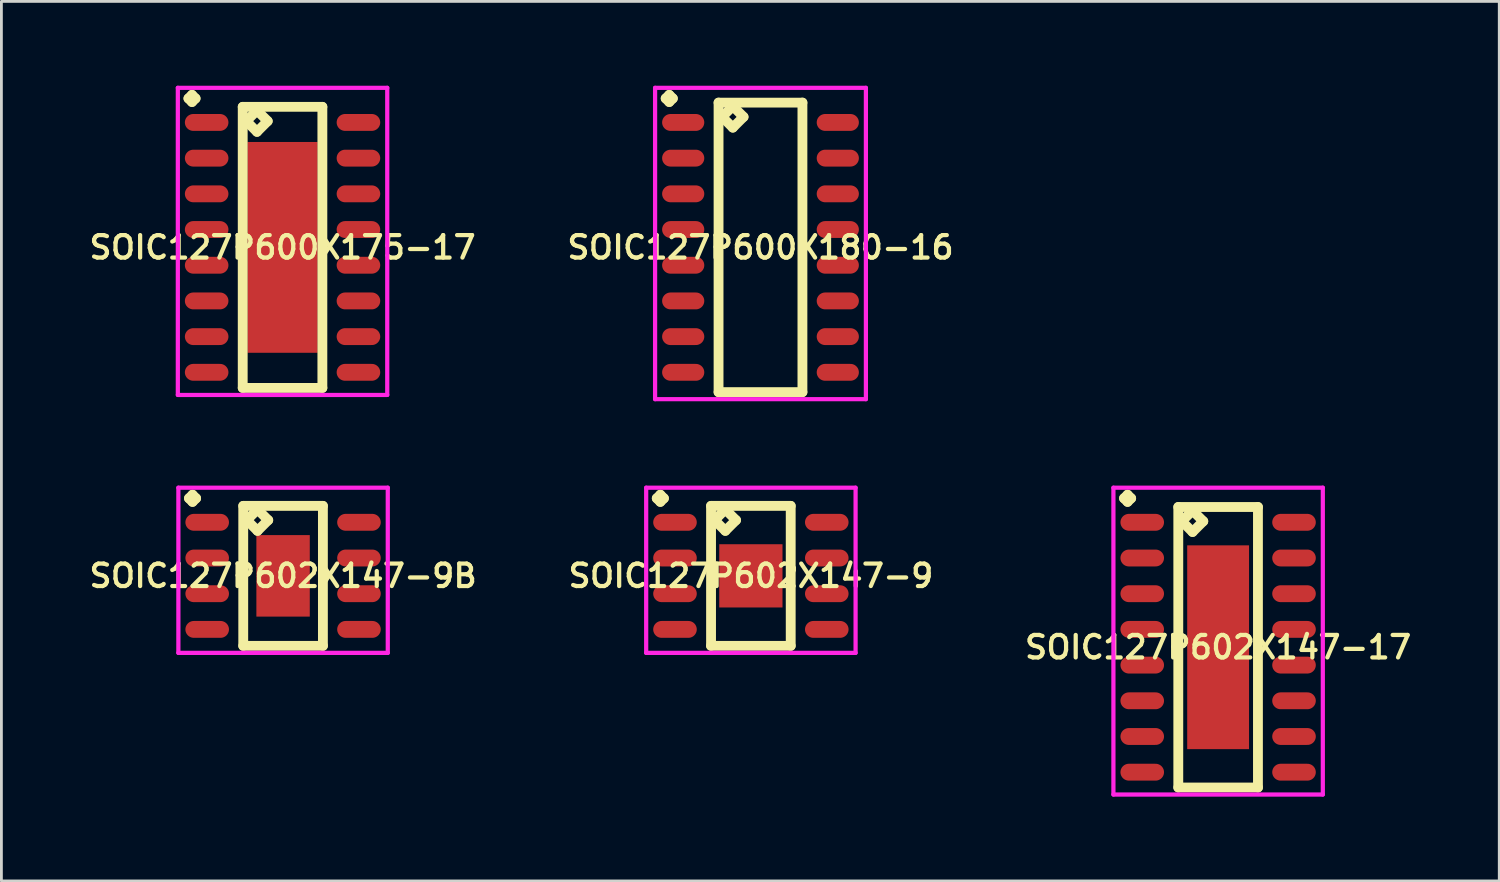
<source format=kicad_pcb>
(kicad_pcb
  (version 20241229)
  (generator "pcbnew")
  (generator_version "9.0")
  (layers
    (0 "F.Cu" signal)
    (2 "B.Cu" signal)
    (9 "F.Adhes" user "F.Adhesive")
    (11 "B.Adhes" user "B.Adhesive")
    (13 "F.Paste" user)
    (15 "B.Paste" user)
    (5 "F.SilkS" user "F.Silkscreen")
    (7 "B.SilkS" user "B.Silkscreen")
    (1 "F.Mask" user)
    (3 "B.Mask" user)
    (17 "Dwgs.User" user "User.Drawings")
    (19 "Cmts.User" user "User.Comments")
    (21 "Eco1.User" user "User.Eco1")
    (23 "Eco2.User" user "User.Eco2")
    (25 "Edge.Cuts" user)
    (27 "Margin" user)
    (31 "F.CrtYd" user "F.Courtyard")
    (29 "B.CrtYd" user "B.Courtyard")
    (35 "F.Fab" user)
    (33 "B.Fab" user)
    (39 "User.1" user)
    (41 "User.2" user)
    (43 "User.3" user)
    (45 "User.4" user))
  (footprint "SOIC127P600X180-16"
    (layer "F.Cu")
    (at 24.006 5.751)
    (property "Reference" "SOIC127P600X180-16" (at 0 0 0) (layer "F.SilkS") (effects (font (size 0.8 0.8) (thickness 0.15))))
    (attr smd)
    (fp_line (start -3.373 -5.299) (end -3.246 -5.426) (stroke (width 0.35) (type solid)) (layer "F.SilkS"))
    (fp_line (start -3.246 -5.426) (end -3.119 -5.299) (stroke (width 0.35) (type solid)) (layer "F.SilkS"))
    (fp_line (start -3.246 -5.172) (end -3.373 -5.299) (stroke (width 0.35) (type solid)) (layer "F.SilkS"))
    (fp_line (start -3.119 -5.299) (end -3.246 -5.172) (stroke (width 0.35) (type solid)) (layer "F.SilkS"))
    (fp_line (start -1.492 -5.15) (end -1.492 5.15) (stroke (width 0.35) (type solid)) (layer "F.SilkS"))
    (fp_line (start -1.492 5.15) (end 1.492 5.15) (stroke (width 0.35) (type solid)) (layer "F.SilkS"))
    (fp_line (start -1.365 -4.642) (end -0.984 -5.023) (stroke (width 0.35) (type solid)) (layer "F.SilkS"))
    (fp_line (start -0.984 -5.023) (end -0.603 -4.642) (stroke (width 0.35) (type solid)) (layer "F.SilkS"))
    (fp_line (start -0.984 -4.261) (end -1.365 -4.642) (stroke (width 0.35) (type solid)) (layer "F.SilkS"))
    (fp_line (start -0.603 -4.642) (end -0.984 -4.261) (stroke (width 0.35) (type solid)) (layer "F.SilkS"))
    (fp_line (start 1.492 -5.15) (end -1.492 -5.15) (stroke (width 0.35) (type solid)) (layer "F.SilkS"))
    (fp_line (start 1.492 5.15) (end 1.492 -5.15) (stroke (width 0.35) (type solid)) (layer "F.SilkS"))
    (fp_line (start -3.75 -5.676) (end 3.75 -5.676) (stroke (width 0.15) (type solid)) (layer "F.CrtYd"))
    (fp_line (start -3.75 5.4) (end -3.75 -5.676) (stroke (width 0.15) (type solid)) (layer "F.CrtYd"))
    (fp_line (start 3.75 -5.676) (end 3.75 5.4) (stroke (width 0.15) (type solid)) (layer "F.CrtYd"))
    (fp_line (start 3.75 5.4) (end -3.75 5.4) (stroke (width 0.15) (type solid)) (layer "F.CrtYd"))
    (pad "1" smd oval (at -2.75 -4.445) (size 1.5 0.6) (layers "F.Cu" "F.Mask" "F.Paste"))
    (pad "2" smd oval (at -2.75 -3.175) (size 1.5 0.6) (layers "F.Cu" "F.Mask" "F.Paste"))
    (pad "3" smd oval (at -2.75 -1.905) (size 1.5 0.6) (layers "F.Cu" "F.Mask" "F.Paste"))
    (pad "4" smd oval (at -2.75 -0.635) (size 1.5 0.6) (layers "F.Cu" "F.Mask" "F.Paste"))
    (pad "5" smd oval (at -2.75 0.635) (size 1.5 0.6) (layers "F.Cu" "F.Mask" "F.Paste"))
    (pad "6" smd oval (at -2.75 1.905) (size 1.5 0.6) (layers "F.Cu" "F.Mask" "F.Paste"))
    (pad "7" smd oval (at -2.75 3.175) (size 1.5 0.6) (layers "F.Cu" "F.Mask" "F.Paste"))
    (pad "8" smd oval (at -2.75 4.445) (size 1.5 0.6) (layers "F.Cu" "F.Mask" "F.Paste"))
    (pad "9" smd oval (at 2.75 4.445) (size 1.5 0.6) (layers "F.Cu" "F.Mask" "F.Paste"))
    (pad "10" smd oval (at 2.75 3.175) (size 1.5 0.6) (layers "F.Cu" "F.Mask" "F.Paste"))
    (pad "11" smd oval (at 2.75 1.905) (size 1.5 0.6) (layers "F.Cu" "F.Mask" "F.Paste"))
    (pad "12" smd oval (at 2.75 0.635) (size 1.5 0.6) (layers "F.Cu" "F.Mask" "F.Paste"))
    (pad "13" smd oval (at 2.75 -0.635) (size 1.5 0.6) (layers "F.Cu" "F.Mask" "F.Paste"))
    (pad "14" smd oval (at 2.75 -1.905) (size 1.5 0.6) (layers "F.Cu" "F.Mask" "F.Paste"))
    (pad "15" smd oval (at 2.75 -3.175) (size 1.5 0.6) (layers "F.Cu" "F.Mask" "F.Paste"))
    (pad "16" smd oval (at 2.75 -4.445) (size 1.5 0.6) (layers "F.Cu" "F.Mask" "F.Paste")))
  (footprint "SOIC127P602X147-17"
    (layer "F.Cu")
    (at 40.287 19.977)
    (property "Reference" "SOIC127P602X147-17" (at 0 0 0) (layer "F.SilkS") (effects (font (size 0.8 0.8) (thickness 0.15))))
    (attr smd)
    (fp_line (start -3.348 -5.299) (end -3.221 -5.426) (stroke (width 0.35) (type solid)) (layer "F.SilkS"))
    (fp_line (start -3.221 -5.426) (end -3.094 -5.299) (stroke (width 0.35) (type solid)) (layer "F.SilkS"))
    (fp_line (start -3.221 -5.172) (end -3.348 -5.299) (stroke (width 0.35) (type solid)) (layer "F.SilkS"))
    (fp_line (start -3.094 -5.299) (end -3.221 -5.172) (stroke (width 0.35) (type solid)) (layer "F.SilkS"))
    (fp_line (start -1.417 -4.99) (end -1.417 4.99) (stroke (width 0.35) (type solid)) (layer "F.SilkS"))
    (fp_line (start -1.417 4.99) (end 1.417 4.99) (stroke (width 0.35) (type solid)) (layer "F.SilkS"))
    (fp_line (start -1.29 -4.482) (end -0.909 -4.863) (stroke (width 0.35) (type solid)) (layer "F.SilkS"))
    (fp_line (start -0.909 -4.863) (end -0.528 -4.482) (stroke (width 0.35) (type solid)) (layer "F.SilkS"))
    (fp_line (start -0.909 -4.101) (end -1.29 -4.482) (stroke (width 0.35) (type solid)) (layer "F.SilkS"))
    (fp_line (start -0.528 -4.482) (end -0.909 -4.101) (stroke (width 0.35) (type solid)) (layer "F.SilkS"))
    (fp_line (start 1.417 -4.99) (end -1.417 -4.99) (stroke (width 0.35) (type solid)) (layer "F.SilkS"))
    (fp_line (start 1.417 4.99) (end 1.417 -4.99) (stroke (width 0.35) (type solid)) (layer "F.SilkS"))
    (fp_line (start -3.725 -5.676) (end 3.725 -5.676) (stroke (width 0.15) (type solid)) (layer "F.CrtYd"))
    (fp_line (start -3.725 5.24) (end -3.725 -5.676) (stroke (width 0.15) (type solid)) (layer "F.CrtYd"))
    (fp_line (start 3.725 -5.676) (end 3.725 5.24) (stroke (width 0.15) (type solid)) (layer "F.CrtYd"))
    (fp_line (start 3.725 5.24) (end -3.725 5.24) (stroke (width 0.15) (type solid)) (layer "F.CrtYd"))
    (pad "1" smd oval (at -2.7 -4.445) (size 1.55 0.6) (layers "F.Cu" "F.Mask" "F.Paste"))
    (pad "2" smd oval (at -2.7 -3.175) (size 1.55 0.6) (layers "F.Cu" "F.Mask" "F.Paste"))
    (pad "3" smd oval (at -2.7 -1.905) (size 1.55 0.6) (layers "F.Cu" "F.Mask" "F.Paste"))
    (pad "4" smd oval (at -2.7 -0.635) (size 1.55 0.6) (layers "F.Cu" "F.Mask" "F.Paste"))
    (pad "5" smd oval (at -2.7 0.635) (size 1.55 0.6) (layers "F.Cu" "F.Mask" "F.Paste"))
    (pad "6" smd oval (at -2.7 1.905) (size 1.55 0.6) (layers "F.Cu" "F.Mask" "F.Paste"))
    (pad "7" smd oval (at -2.7 3.175) (size 1.55 0.6) (layers "F.Cu" "F.Mask" "F.Paste"))
    (pad "8" smd oval (at -2.7 4.445) (size 1.55 0.6) (layers "F.Cu" "F.Mask" "F.Paste"))
    (pad "9" smd oval (at 2.7 4.445) (size 1.55 0.6) (layers "F.Cu" "F.Mask" "F.Paste"))
    (pad "10" smd oval (at 2.7 3.175) (size 1.55 0.6) (layers "F.Cu" "F.Mask" "F.Paste"))
    (pad "11" smd oval (at 2.7 1.905) (size 1.55 0.6) (layers "F.Cu" "F.Mask" "F.Paste"))
    (pad "12" smd oval (at 2.7 0.635) (size 1.55 0.6) (layers "F.Cu" "F.Mask" "F.Paste"))
    (pad "13" smd oval (at 2.7 -0.635) (size 1.55 0.6) (layers "F.Cu" "F.Mask" "F.Paste"))
    (pad "14" smd oval (at 2.7 -1.905) (size 1.55 0.6) (layers "F.Cu" "F.Mask" "F.Paste"))
    (pad "15" smd oval (at 2.7 -3.175) (size 1.55 0.6) (layers "F.Cu" "F.Mask" "F.Paste"))
    (pad "16" smd oval (at 2.7 -4.445) (size 1.55 0.6) (layers "F.Cu" "F.Mask" "F.Paste"))
    (pad "17" smd rect (at 0 0) (size 2.2 7.25) (layers "F.Cu" "F.Mask" "F.Paste")))
  (footprint "SOIC127P602X147-9B"
    (layer "F.Cu")
    (at 7.021 17.437)
    (property "Reference" "SOIC127P602X147-9B" (at 0 0 0) (layer "F.SilkS") (effects (font (size 0.8 0.8) (thickness 0.15))))
    (attr through_hole)
    (fp_line (start -3.348 -2.759) (end -3.221 -2.886) (stroke (width 0.35) (type solid)) (layer "F.SilkS"))
    (fp_line (start -3.221 -2.886) (end -3.094 -2.759) (stroke (width 0.35) (type solid)) (layer "F.SilkS"))
    (fp_line (start -3.221 -2.632) (end -3.348 -2.759) (stroke (width 0.35) (type solid)) (layer "F.SilkS"))
    (fp_line (start -3.094 -2.759) (end -3.221 -2.632) (stroke (width 0.35) (type solid)) (layer "F.SilkS"))
    (fp_line (start -1.417 -2.49) (end -1.417 2.49) (stroke (width 0.35) (type solid)) (layer "F.SilkS"))
    (fp_line (start -1.417 2.49) (end 1.417 2.49) (stroke (width 0.35) (type solid)) (layer "F.SilkS"))
    (fp_line (start -1.29 -1.982) (end -0.909 -2.363) (stroke (width 0.35) (type solid)) (layer "F.SilkS"))
    (fp_line (start -0.909 -2.363) (end -0.528 -1.982) (stroke (width 0.35) (type solid)) (layer "F.SilkS"))
    (fp_line (start -0.909 -1.601) (end -1.29 -1.982) (stroke (width 0.35) (type solid)) (layer "F.SilkS"))
    (fp_line (start -0.528 -1.982) (end -0.909 -1.601) (stroke (width 0.35) (type solid)) (layer "F.SilkS"))
    (fp_line (start 1.417 -2.49) (end -1.417 -2.49) (stroke (width 0.35) (type solid)) (layer "F.SilkS"))
    (fp_line (start 1.417 2.49) (end 1.417 -2.49) (stroke (width 0.35) (type solid)) (layer "F.SilkS"))
    (fp_line (start -3.725 -3.136) (end 3.725 -3.136) (stroke (width 0.15) (type solid)) (layer "F.CrtYd"))
    (fp_line (start -3.725 2.74) (end -3.725 -3.136) (stroke (width 0.15) (type solid)) (layer "F.CrtYd"))
    (fp_line (start 3.725 -3.136) (end 3.725 2.74) (stroke (width 0.15) (type solid)) (layer "F.CrtYd"))
    (fp_line (start 3.725 2.74) (end -3.725 2.74) (stroke (width 0.15) (type solid)) (layer "F.CrtYd"))
    (pad "1" smd oval (at -2.7 -1.905) (size 1.55 0.6) (layers "F.Cu" "F.Mask" "F.Paste"))
    (pad "2" smd oval (at -2.7 -0.635) (size 1.55 0.6) (layers "F.Cu" "F.Mask" "F.Paste"))
    (pad "3" smd oval (at -2.7 0.635) (size 1.55 0.6) (layers "F.Cu" "F.Mask" "F.Paste"))
    (pad "4" smd oval (at -2.7 1.905) (size 1.55 0.6) (layers "F.Cu" "F.Mask" "F.Paste"))
    (pad "5" smd oval (at 2.7 1.905) (size 1.55 0.6) (layers "F.Cu" "F.Mask" "F.Paste"))
    (pad "6" smd oval (at 2.7 0.635) (size 1.55 0.6) (layers "F.Cu" "F.Mask" "F.Paste"))
    (pad "7" smd oval (at 2.7 -0.635) (size 1.55 0.6) (layers "F.Cu" "F.Mask" "F.Paste"))
    (pad "8" smd oval (at 2.7 -1.905) (size 1.55 0.6) (layers "F.Cu" "F.Mask" "F.Paste"))
    (pad "9" smd rect (at 0 0) (size 1.9 2.9) (layers "F.Cu" "F.Mask" "F.Paste")))
  (footprint "SOIC127P600X175-17"
    (layer "F.Cu")
    (at 7.002 5.751)
    (property "Reference" "SOIC127P600X175-17" (at 0 0 0) (layer "F.SilkS") (effects (font (size 0.8 0.8) (thickness 0.15))))
    (attr smd)
    (fp_line (start -3.348 -5.299) (end -3.221 -5.426) (stroke (width 0.35) (type solid)) (layer "F.SilkS"))
    (fp_line (start -3.221 -5.426) (end -3.094 -5.299) (stroke (width 0.35) (type solid)) (layer "F.SilkS"))
    (fp_line (start -3.221 -5.172) (end -3.348 -5.299) (stroke (width 0.35) (type solid)) (layer "F.SilkS"))
    (fp_line (start -3.094 -5.299) (end -3.221 -5.172) (stroke (width 0.35) (type solid)) (layer "F.SilkS"))
    (fp_line (start -1.417 -5) (end -1.417 5) (stroke (width 0.35) (type solid)) (layer "F.SilkS"))
    (fp_line (start -1.417 5) (end 1.417 5) (stroke (width 0.35) (type solid)) (layer "F.SilkS"))
    (fp_line (start -1.29 -4.492) (end -0.909 -4.873) (stroke (width 0.35) (type solid)) (layer "F.SilkS"))
    (fp_line (start -0.909 -4.873) (end -0.528 -4.492) (stroke (width 0.35) (type solid)) (layer "F.SilkS"))
    (fp_line (start -0.909 -4.111) (end -1.29 -4.492) (stroke (width 0.35) (type solid)) (layer "F.SilkS"))
    (fp_line (start -0.528 -4.492) (end -0.909 -4.111) (stroke (width 0.35) (type solid)) (layer "F.SilkS"))
    (fp_line (start 1.417 -5) (end -1.417 -5) (stroke (width 0.35) (type solid)) (layer "F.SilkS"))
    (fp_line (start 1.417 5) (end 1.417 -5) (stroke (width 0.35) (type solid)) (layer "F.SilkS"))
    (fp_line (start -3.725 -5.676) (end 3.725 -5.676) (stroke (width 0.15) (type solid)) (layer "F.CrtYd"))
    (fp_line (start -3.725 5.25) (end -3.725 -5.676) (stroke (width 0.15) (type solid)) (layer "F.CrtYd"))
    (fp_line (start 3.725 -5.676) (end 3.725 5.25) (stroke (width 0.15) (type solid)) (layer "F.CrtYd"))
    (fp_line (start 3.725 5.25) (end -3.725 5.25) (stroke (width 0.15) (type solid)) (layer "F.CrtYd"))
    (pad "1" smd oval (at -2.7 -4.445) (size 1.55 0.6) (layers "F.Cu" "F.Mask" "F.Paste"))
    (pad "2" smd oval (at -2.7 -3.175) (size 1.55 0.6) (layers "F.Cu" "F.Mask" "F.Paste"))
    (pad "3" smd oval (at -2.7 -1.905) (size 1.55 0.6) (layers "F.Cu" "F.Mask" "F.Paste"))
    (pad "4" smd oval (at -2.7 -0.635) (size 1.55 0.6) (layers "F.Cu" "F.Mask" "F.Paste"))
    (pad "5" smd oval (at -2.7 0.635) (size 1.55 0.6) (layers "F.Cu" "F.Mask" "F.Paste"))
    (pad "6" smd oval (at -2.7 1.905) (size 1.55 0.6) (layers "F.Cu" "F.Mask" "F.Paste"))
    (pad "7" smd oval (at -2.7 3.175) (size 1.55 0.6) (layers "F.Cu" "F.Mask" "F.Paste"))
    (pad "8" smd oval (at -2.7 4.445) (size 1.55 0.6) (layers "F.Cu" "F.Mask" "F.Paste"))
    (pad "9" smd oval (at 2.7 4.445) (size 1.55 0.6) (layers "F.Cu" "F.Mask" "F.Paste"))
    (pad "10" smd oval (at 2.7 3.175) (size 1.55 0.6) (layers "F.Cu" "F.Mask" "F.Paste"))
    (pad "11" smd oval (at 2.7 1.905) (size 1.55 0.6) (layers "F.Cu" "F.Mask" "F.Paste"))
    (pad "12" smd oval (at 2.7 0.635) (size 1.55 0.6) (layers "F.Cu" "F.Mask" "F.Paste"))
    (pad "13" smd oval (at 2.7 -0.635) (size 1.55 0.6) (layers "F.Cu" "F.Mask" "F.Paste"))
    (pad "14" smd oval (at 2.7 -1.905) (size 1.55 0.6) (layers "F.Cu" "F.Mask" "F.Paste"))
    (pad "15" smd oval (at 2.7 -3.175) (size 1.55 0.6) (layers "F.Cu" "F.Mask" "F.Paste"))
    (pad "16" smd oval (at 2.7 -4.445) (size 1.55 0.6) (layers "F.Cu" "F.Mask" "F.Paste"))
    (pad "17" smd rect (at 0 0) (size 2.5 7.5) (layers "F.Cu" "F.Mask" "F.Paste")))
  (footprint "SOIC127P602X147-9"
    (layer "F.Cu")
    (at 23.664 17.437)
    (property "Reference" "SOIC127P602X147-9" (at 0 0 0) (layer "F.SilkS") (effects (font (size 0.8 0.8) (thickness 0.15))))
    (attr smd)
    (fp_line (start -3.348 -2.759) (end -3.221 -2.886) (stroke (width 0.35) (type solid)) (layer "F.SilkS"))
    (fp_line (start -3.221 -2.886) (end -3.094 -2.759) (stroke (width 0.35) (type solid)) (layer "F.SilkS"))
    (fp_line (start -3.221 -2.632) (end -3.348 -2.759) (stroke (width 0.35) (type solid)) (layer "F.SilkS"))
    (fp_line (start -3.094 -2.759) (end -3.221 -2.632) (stroke (width 0.35) (type solid)) (layer "F.SilkS"))
    (fp_line (start -1.417 -2.49) (end -1.417 2.49) (stroke (width 0.35) (type solid)) (layer "F.SilkS"))
    (fp_line (start -1.417 2.49) (end 1.417 2.49) (stroke (width 0.35) (type solid)) (layer "F.SilkS"))
    (fp_line (start -1.29 -1.982) (end -0.909 -2.363) (stroke (width 0.35) (type solid)) (layer "F.SilkS"))
    (fp_line (start -0.909 -2.363) (end -0.528 -1.982) (stroke (width 0.35) (type solid)) (layer "F.SilkS"))
    (fp_line (start -0.909 -1.601) (end -1.29 -1.982) (stroke (width 0.35) (type solid)) (layer "F.SilkS"))
    (fp_line (start -0.528 -1.982) (end -0.909 -1.601) (stroke (width 0.35) (type solid)) (layer "F.SilkS"))
    (fp_line (start 1.417 -2.49) (end -1.417 -2.49) (stroke (width 0.35) (type solid)) (layer "F.SilkS"))
    (fp_line (start 1.417 2.49) (end 1.417 -2.49) (stroke (width 0.35) (type solid)) (layer "F.SilkS"))
    (fp_line (start -3.725 -3.136) (end 3.725 -3.136) (stroke (width 0.15) (type solid)) (layer "F.CrtYd"))
    (fp_line (start -3.725 2.74) (end -3.725 -3.136) (stroke (width 0.15) (type solid)) (layer "F.CrtYd"))
    (fp_line (start 3.725 -3.136) (end 3.725 2.74) (stroke (width 0.15) (type solid)) (layer "F.CrtYd"))
    (fp_line (start 3.725 2.74) (end -3.725 2.74) (stroke (width 0.15) (type solid)) (layer "F.CrtYd"))
    (pad "1" smd oval (at -2.7 -1.905) (size 1.55 0.6) (layers "F.Cu" "F.Mask" "F.Paste"))
    (pad "2" smd oval (at -2.7 -0.635) (size 1.55 0.6) (layers "F.Cu" "F.Mask" "F.Paste"))
    (pad "3" smd oval (at -2.7 0.635) (size 1.55 0.6) (layers "F.Cu" "F.Mask" "F.Paste"))
    (pad "4" smd oval (at -2.7 1.905) (size 1.55 0.6) (layers "F.Cu" "F.Mask" "F.Paste"))
    (pad "5" smd oval (at 2.7 1.905) (size 1.55 0.6) (layers "F.Cu" "F.Mask" "F.Paste"))
    (pad "6" smd oval (at 2.7 0.635) (size 1.55 0.6) (layers "F.Cu" "F.Mask" "F.Paste"))
    (pad "7" smd oval (at 2.7 -0.635) (size 1.55 0.6) (layers "F.Cu" "F.Mask" "F.Paste"))
    (pad "8" smd oval (at 2.7 -1.905) (size 1.55 0.6) (layers "F.Cu" "F.Mask" "F.Paste"))
    (pad "9" smd rect (at 0 0) (size 2.25 2.25) (layers "F.Cu" "F.Mask" "F.Paste")))
  (gr_rect
    (start -3 -3)
    (end 50.289 28.292)
    (stroke (width 0.1) (type default))
    (fill no)
    (layer "Edge.Cuts")))
</source>
